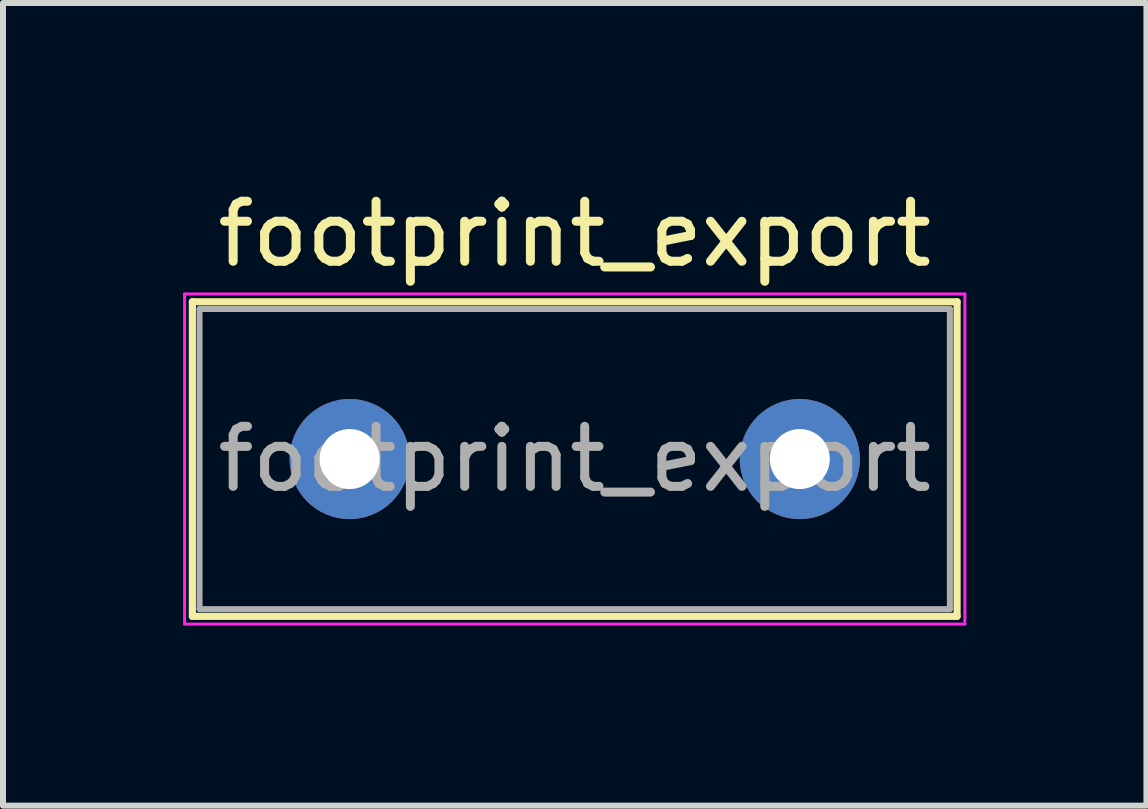
<source format=kicad_pcb>
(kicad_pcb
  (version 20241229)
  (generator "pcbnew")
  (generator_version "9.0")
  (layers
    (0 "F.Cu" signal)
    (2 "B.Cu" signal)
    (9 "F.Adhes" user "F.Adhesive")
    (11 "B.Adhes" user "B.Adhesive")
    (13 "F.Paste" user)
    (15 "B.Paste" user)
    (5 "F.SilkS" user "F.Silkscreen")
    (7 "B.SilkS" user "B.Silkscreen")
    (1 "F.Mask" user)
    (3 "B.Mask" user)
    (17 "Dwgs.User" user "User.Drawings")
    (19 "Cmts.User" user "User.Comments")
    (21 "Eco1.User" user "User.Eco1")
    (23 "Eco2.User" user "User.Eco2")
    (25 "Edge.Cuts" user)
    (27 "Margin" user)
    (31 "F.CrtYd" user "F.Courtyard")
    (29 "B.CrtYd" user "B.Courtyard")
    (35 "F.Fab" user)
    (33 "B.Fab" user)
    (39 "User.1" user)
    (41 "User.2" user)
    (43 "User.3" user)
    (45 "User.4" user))
  (footprint "footprint_export"
    (layer "F.Cu")
    (at 2.775 4.598)
    (property "Reference" "footprint_export" (at 3.75 -3.75 0) (layer "F.SilkS") (effects (font (size 1 1) (thickness 0.15))))
    (attr through_hole)
    (fp_line (start -2.62 -2.62) (end -2.62 2.62) (stroke (width 0.12) (type solid)) (layer "F.SilkS"))
    (fp_line (start -2.62 -2.62) (end 10.12 -2.62) (stroke (width 0.12) (type solid)) (layer "F.SilkS"))
    (fp_line (start -2.62 2.62) (end 10.12 2.62) (stroke (width 0.12) (type solid)) (layer "F.SilkS"))
    (fp_line (start 10.12 -2.62) (end 10.12 2.62) (stroke (width 0.12) (type solid)) (layer "F.SilkS"))
    (fp_line (start -2.75 -2.75) (end -2.75 2.75) (stroke (width 0.05) (type solid)) (layer "F.CrtYd"))
    (fp_line (start -2.75 2.75) (end 10.25 2.75) (stroke (width 0.05) (type solid)) (layer "F.CrtYd"))
    (fp_line (start 10.25 -2.75) (end -2.75 -2.75) (stroke (width 0.05) (type solid)) (layer "F.CrtYd"))
    (fp_line (start 10.25 2.75) (end 10.25 -2.75) (stroke (width 0.05) (type solid)) (layer "F.CrtYd"))
    (fp_line (start -2.5 -2.5) (end -2.5 2.5) (stroke (width 0.1) (type solid)) (layer "F.Fab"))
    (fp_line (start -2.5 2.5) (end 10 2.5) (stroke (width 0.1) (type solid)) (layer "F.Fab"))
    (fp_line (start 10 -2.5) (end -2.5 -2.5) (stroke (width 0.1) (type solid)) (layer "F.Fab"))
    (fp_line (start 10 2.5) (end 10 -2.5) (stroke (width 0.1) (type solid)) (layer "F.Fab"))
    (fp_text user "${REFERENCE}" (at 3.75 0 0) (layer "F.Fab") (effects (font (size 1 1) (thickness 0.15))))
    (pad "1" thru_hole circle (at 0 0) (size 2 2) (drill 1) (layers "*.Cu" "*.Mask"))
    (pad "2" thru_hole circle (at 7.5 0) (size 2 2) (drill 1) (layers "*.Cu" "*.Mask")))
  (gr_rect
    (start -3 -3)
    (end 16.05 10.373)
    (stroke (width 0.1) (type default))
    (fill no)
    (layer "Edge.Cuts")))
</source>
